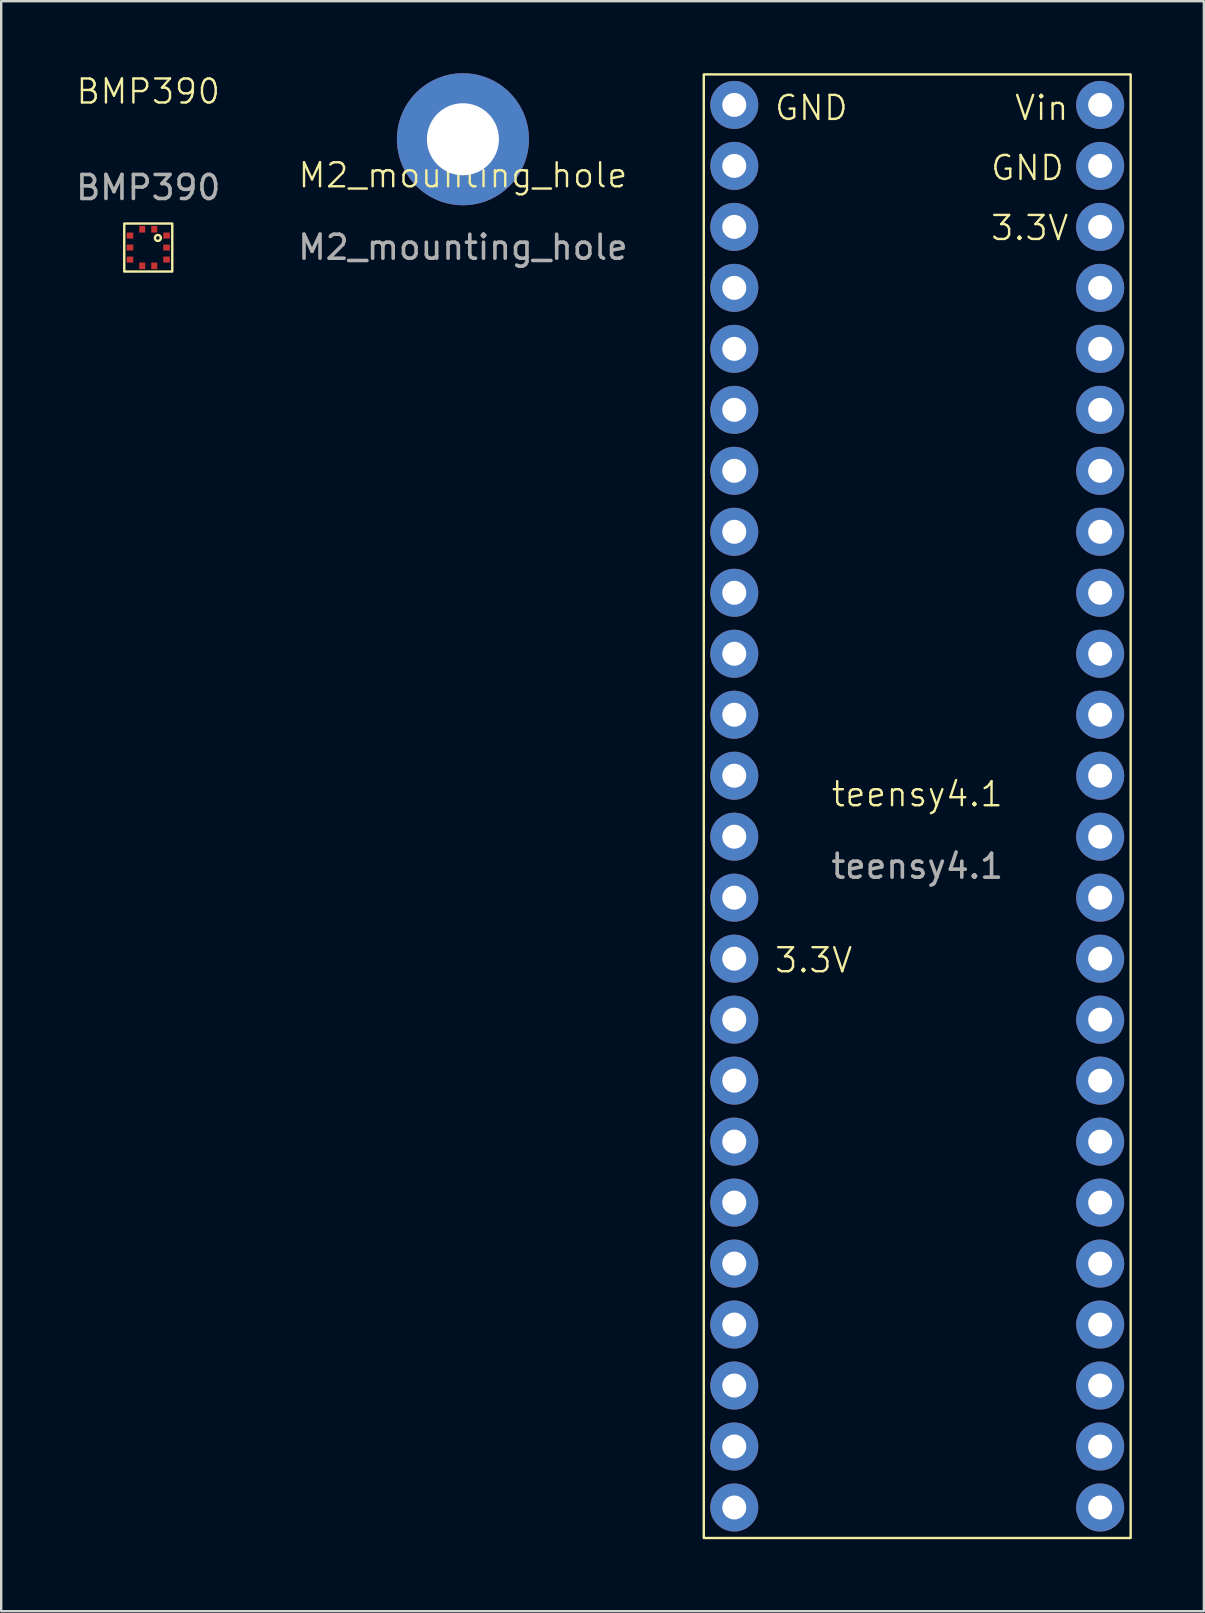
<source format=kicad_pcb>
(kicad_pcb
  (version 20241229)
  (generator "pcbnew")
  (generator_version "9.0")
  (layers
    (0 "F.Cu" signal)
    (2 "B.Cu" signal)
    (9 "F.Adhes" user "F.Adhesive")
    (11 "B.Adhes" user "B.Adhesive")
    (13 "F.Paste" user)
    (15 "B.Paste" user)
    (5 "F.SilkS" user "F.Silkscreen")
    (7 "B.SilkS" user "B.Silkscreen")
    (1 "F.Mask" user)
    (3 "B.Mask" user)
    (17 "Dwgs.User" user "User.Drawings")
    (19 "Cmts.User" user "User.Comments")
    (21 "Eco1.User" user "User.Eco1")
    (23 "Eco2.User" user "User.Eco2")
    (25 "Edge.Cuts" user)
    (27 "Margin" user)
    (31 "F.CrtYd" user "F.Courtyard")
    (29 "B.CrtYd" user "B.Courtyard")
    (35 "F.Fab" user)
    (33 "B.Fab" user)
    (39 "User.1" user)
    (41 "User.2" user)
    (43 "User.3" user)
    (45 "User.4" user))
  (footprint "BMP390"
    (layer "F.Cu")
    (at 3.125 7.261)
    (property "Reference" "BMP390" (at 0 -6.5 0) (unlocked yes) (layer "F.SilkS") (effects (font (size 1 1) (thickness 0.1))))
    (attr smd)
    (fp_rect (start -1 -1) (end 1 1) (stroke (width 0.1) (type solid)) (fill no) (layer "F.SilkS"))
    (fp_circle (center 0.4 -0.4) (end 0.525 -0.4) (stroke (width 0.1) (type solid)) (fill no) (layer "F.SilkS"))
    (fp_text user "${REFERENCE}" (at 0 -2.5 0) (unlocked yes) (layer "F.Fab") (effects (font (size 1 1) (thickness 0.15))))
    (pad "1" smd rect (at 0.25 -0.762) (size 0.25 0.275) (layers "F.Cu" "F.Mask" "F.Paste"))
    (pad "2" smd rect (at -0.25 -0.762) (size 0.25 0.275) (layers "F.Cu" "F.Mask" "F.Paste"))
    (pad "3" smd rect (at -0.762 -0.5) (size 0.275 0.25) (layers "F.Cu" "F.Mask" "F.Paste"))
    (pad "4" smd rect (at -0.762 0) (size 0.275 0.25) (layers "F.Cu" "F.Mask" "F.Paste"))
    (pad "5" smd rect (at -0.762 0.5) (size 0.275 0.25) (layers "F.Cu" "F.Mask" "F.Paste"))
    (pad "6" smd rect (at -0.25 0.762) (size 0.25 0.275) (layers "F.Cu" "F.Mask" "F.Paste"))
    (pad "7" smd rect (at 0.25 0.762) (size 0.25 0.275) (layers "F.Cu" "F.Mask" "F.Paste"))
    (pad "8" smd rect (at 0.762 0.5) (size 0.275 0.25) (layers "F.Cu" "F.Mask" "F.Paste"))
    (pad "9" smd rect (at 0.762 0) (size 0.275 0.25) (layers "F.Cu" "F.Mask" "F.Paste"))
    (pad "10" smd rect (at 0.762 -0.5) (size 0.275 0.25) (layers "F.Cu" "F.Mask" "F.Paste")))
  (footprint "M2_mounting_hole"
    (layer "F.Cu")
    (at 16.232 3.25)
    (property "Reference" "M2_mounting_hole" (at 0 1 0) (unlocked yes) (layer "F.SilkS") (effects (font (size 1 1) (thickness 0.1))))
    (attr smd)
    (fp_text user "${REFERENCE}" (at 0 4 0) (unlocked yes) (layer "F.Fab") (effects (font (size 1 1) (thickness 0.15))))
    (pad "" np_thru_hole circle (at 0 -0.5) (size 5.5 5.5) (drill 3) (layers "*.Cu" "*.Mask")))
  (footprint "teensy4.1"
    (layer "F.Cu")
    (at 35.154 30.53)
    (property "Reference" "teensy4.1" (at 0 -0.5 0) (unlocked yes) (layer "F.SilkS") (effects (font (size 1 1) (thickness 0.1))))
    (attr smd)
    (fp_rect (start -8.89 -30.48) (end 8.89 30.48) (stroke (width 0.1) (type solid)) (fill no) (layer "F.SilkS"))
    (fp_text user "Vin" (at 4 -28.5 0) (unlocked yes) (layer "F.SilkS") (effects (font (size 1 1) (thickness 0.1)) (justify left bottom)))
    (fp_text user "GND" (at -6 -28.5 0) (unlocked yes) (layer "F.SilkS") (effects (font (size 1 1) (thickness 0.1)) (justify left bottom)))
    (fp_text user "3.3V" (at -6 7 0) (unlocked yes) (layer "F.SilkS") (effects (font (size 1 1) (thickness 0.1)) (justify left bottom)))
    (fp_text user "GND" (at 3 -26 0) (unlocked yes) (layer "F.SilkS") (effects (font (size 1 1) (thickness 0.1)) (justify left bottom)))
    (fp_text user "3.3V" (at 3 -23.5 0) (unlocked yes) (layer "F.SilkS") (effects (font (size 1 1) (thickness 0.1)) (justify left bottom)))
    (fp_text user "${REFERENCE}" (at 0 2.5 0) (unlocked yes) (layer "F.Fab") (effects (font (size 1 1) (thickness 0.15))))
    (pad "1" thru_hole circle (at -7.62 -29.21) (size 2 2) (drill 1) (layers "*.Cu" "*.Mask"))
    (pad "2" thru_hole circle (at -7.62 -26.67) (size 2 2) (drill 1) (layers "*.Cu" "*.Mask"))
    (pad "3" thru_hole circle (at -7.62 -24.13) (size 2 2) (drill 1) (layers "*.Cu" "*.Mask"))
    (pad "4" thru_hole circle (at -7.62 -21.59) (size 2 2) (drill 1) (layers "*.Cu" "*.Mask"))
    (pad "5" thru_hole circle (at -7.62 -19.05) (size 2 2) (drill 1) (layers "*.Cu" "*.Mask"))
    (pad "6" thru_hole circle (at -7.62 -16.51) (size 2 2) (drill 1) (layers "*.Cu" "*.Mask"))
    (pad "7" thru_hole circle (at -7.62 -13.97) (size 2 2) (drill 1) (layers "*.Cu" "*.Mask"))
    (pad "8" thru_hole circle (at -7.62 -11.43) (size 2 2) (drill 1) (layers "*.Cu" "*.Mask"))
    (pad "9" thru_hole circle (at -7.62 -8.89) (size 2 2) (drill 1) (layers "*.Cu" "*.Mask"))
    (pad "10" thru_hole circle (at -7.62 -6.35) (size 2 2) (drill 1) (layers "*.Cu" "*.Mask"))
    (pad "11" thru_hole circle (at -7.62 -3.81) (size 2 2) (drill 1) (layers "*.Cu" "*.Mask"))
    (pad "12" thru_hole circle (at -7.62 -1.27) (size 2 2) (drill 1) (layers "*.Cu" "*.Mask"))
    (pad "13" thru_hole circle (at -7.62 1.27) (size 2 2) (drill 1) (layers "*.Cu" "*.Mask"))
    (pad "14" thru_hole circle (at -7.62 3.81) (size 2 2) (drill 1) (layers "*.Cu" "*.Mask"))
    (pad "15" thru_hole circle (at -7.62 6.35) (size 2 2) (drill 1) (layers "*.Cu" "*.Mask"))
    (pad "16" thru_hole circle (at -7.62 8.89) (size 2 2) (drill 1) (layers "*.Cu" "*.Mask"))
    (pad "17" thru_hole circle (at -7.62 11.43) (size 2 2) (drill 1) (layers "*.Cu" "*.Mask"))
    (pad "18" thru_hole circle (at -7.62 13.97) (size 2 2) (drill 1) (layers "*.Cu" "*.Mask"))
    (pad "19" thru_hole circle (at -7.62 16.51) (size 2 2) (drill 1) (layers "*.Cu" "*.Mask"))
    (pad "20" thru_hole circle (at -7.62 19.05) (size 2 2) (drill 1) (layers "*.Cu" "*.Mask"))
    (pad "21" thru_hole circle (at -7.62 21.59) (size 2 2) (drill 1) (layers "*.Cu" "*.Mask"))
    (pad "22" thru_hole circle (at -7.62 24.13) (size 2 2) (drill 1) (layers "*.Cu" "*.Mask"))
    (pad "23" thru_hole circle (at -7.62 26.67) (size 2 2) (drill 1) (layers "*.Cu" "*.Mask"))
    (pad "24" thru_hole circle (at -7.62 29.21) (size 2 2) (drill 1) (layers "*.Cu" "*.Mask"))
    (pad "25" thru_hole circle (at 7.62 29.21) (size 2 2) (drill 1) (layers "*.Cu" "*.Mask"))
    (pad "26" thru_hole circle (at 7.62 26.67) (size 2 2) (drill 1) (layers "*.Cu" "*.Mask"))
    (pad "27" thru_hole circle (at 7.62 24.13) (size 2 2) (drill 1) (layers "*.Cu" "*.Mask"))
    (pad "28" thru_hole circle (at 7.62 21.59) (size 2 2) (drill 1) (layers "*.Cu" "*.Mask"))
    (pad "29" thru_hole circle (at 7.62 19.05) (size 2 2) (drill 1) (layers "*.Cu" "*.Mask"))
    (pad "30" thru_hole circle (at 7.62 16.51) (size 2 2) (drill 1) (layers "*.Cu" "*.Mask"))
    (pad "31" thru_hole circle (at 7.62 13.97) (size 2 2) (drill 1) (layers "*.Cu" "*.Mask"))
    (pad "32" thru_hole circle (at 7.62 11.43) (size 2 2) (drill 1) (layers "*.Cu" "*.Mask"))
    (pad "33" thru_hole circle (at 7.62 8.89) (size 2 2) (drill 1) (layers "*.Cu" "*.Mask"))
    (pad "34" thru_hole circle (at 7.62 6.35) (size 2 2) (drill 1) (layers "*.Cu" "*.Mask"))
    (pad "35" thru_hole circle (at 7.62 3.81) (size 2 2) (drill 1) (layers "*.Cu" "*.Mask"))
    (pad "36" thru_hole circle (at 7.62 1.27) (size 2 2) (drill 1) (layers "*.Cu" "*.Mask"))
    (pad "37" thru_hole circle (at 7.62 -1.27) (size 2 2) (drill 1) (layers "*.Cu" "*.Mask"))
    (pad "38" thru_hole circle (at 7.62 -3.81) (size 2 2) (drill 1) (layers "*.Cu" "*.Mask"))
    (pad "39" thru_hole circle (at 7.62 -6.35) (size 2 2) (drill 1) (layers "*.Cu" "*.Mask"))
    (pad "40" thru_hole circle (at 7.62 -8.89) (size 2 2) (drill 1) (layers "*.Cu" "*.Mask"))
    (pad "41" thru_hole circle (at 7.62 -11.43) (size 2 2) (drill 1) (layers "*.Cu" "*.Mask"))
    (pad "42" thru_hole circle (at 7.62 -13.97) (size 2 2) (drill 1) (layers "*.Cu" "*.Mask"))
    (pad "43" thru_hole circle (at 7.62 -16.51) (size 2 2) (drill 1) (layers "*.Cu" "*.Mask"))
    (pad "44" thru_hole circle (at 7.62 -19.05) (size 2 2) (drill 1) (layers "*.Cu" "*.Mask"))
    (pad "45" thru_hole circle (at 7.62 -21.59) (size 2 2) (drill 1) (layers "*.Cu" "*.Mask"))
    (pad "46" thru_hole circle (at 7.62 -24.13) (size 2 2) (drill 1) (layers "*.Cu" "*.Mask"))
    (pad "47" thru_hole circle (at 7.62 -26.67) (size 2 2) (drill 1) (layers "*.Cu" "*.Mask"))
    (pad "48" thru_hole circle (at 7.62 -29.21) (size 2 2) (drill 1) (layers "*.Cu" "*.Mask")))
  (gr_rect
    (start -3 -3)
    (end 47.094 64.06)
    (stroke (width 0.1) (type default))
    (fill no)
    (layer "Edge.Cuts")))
</source>
